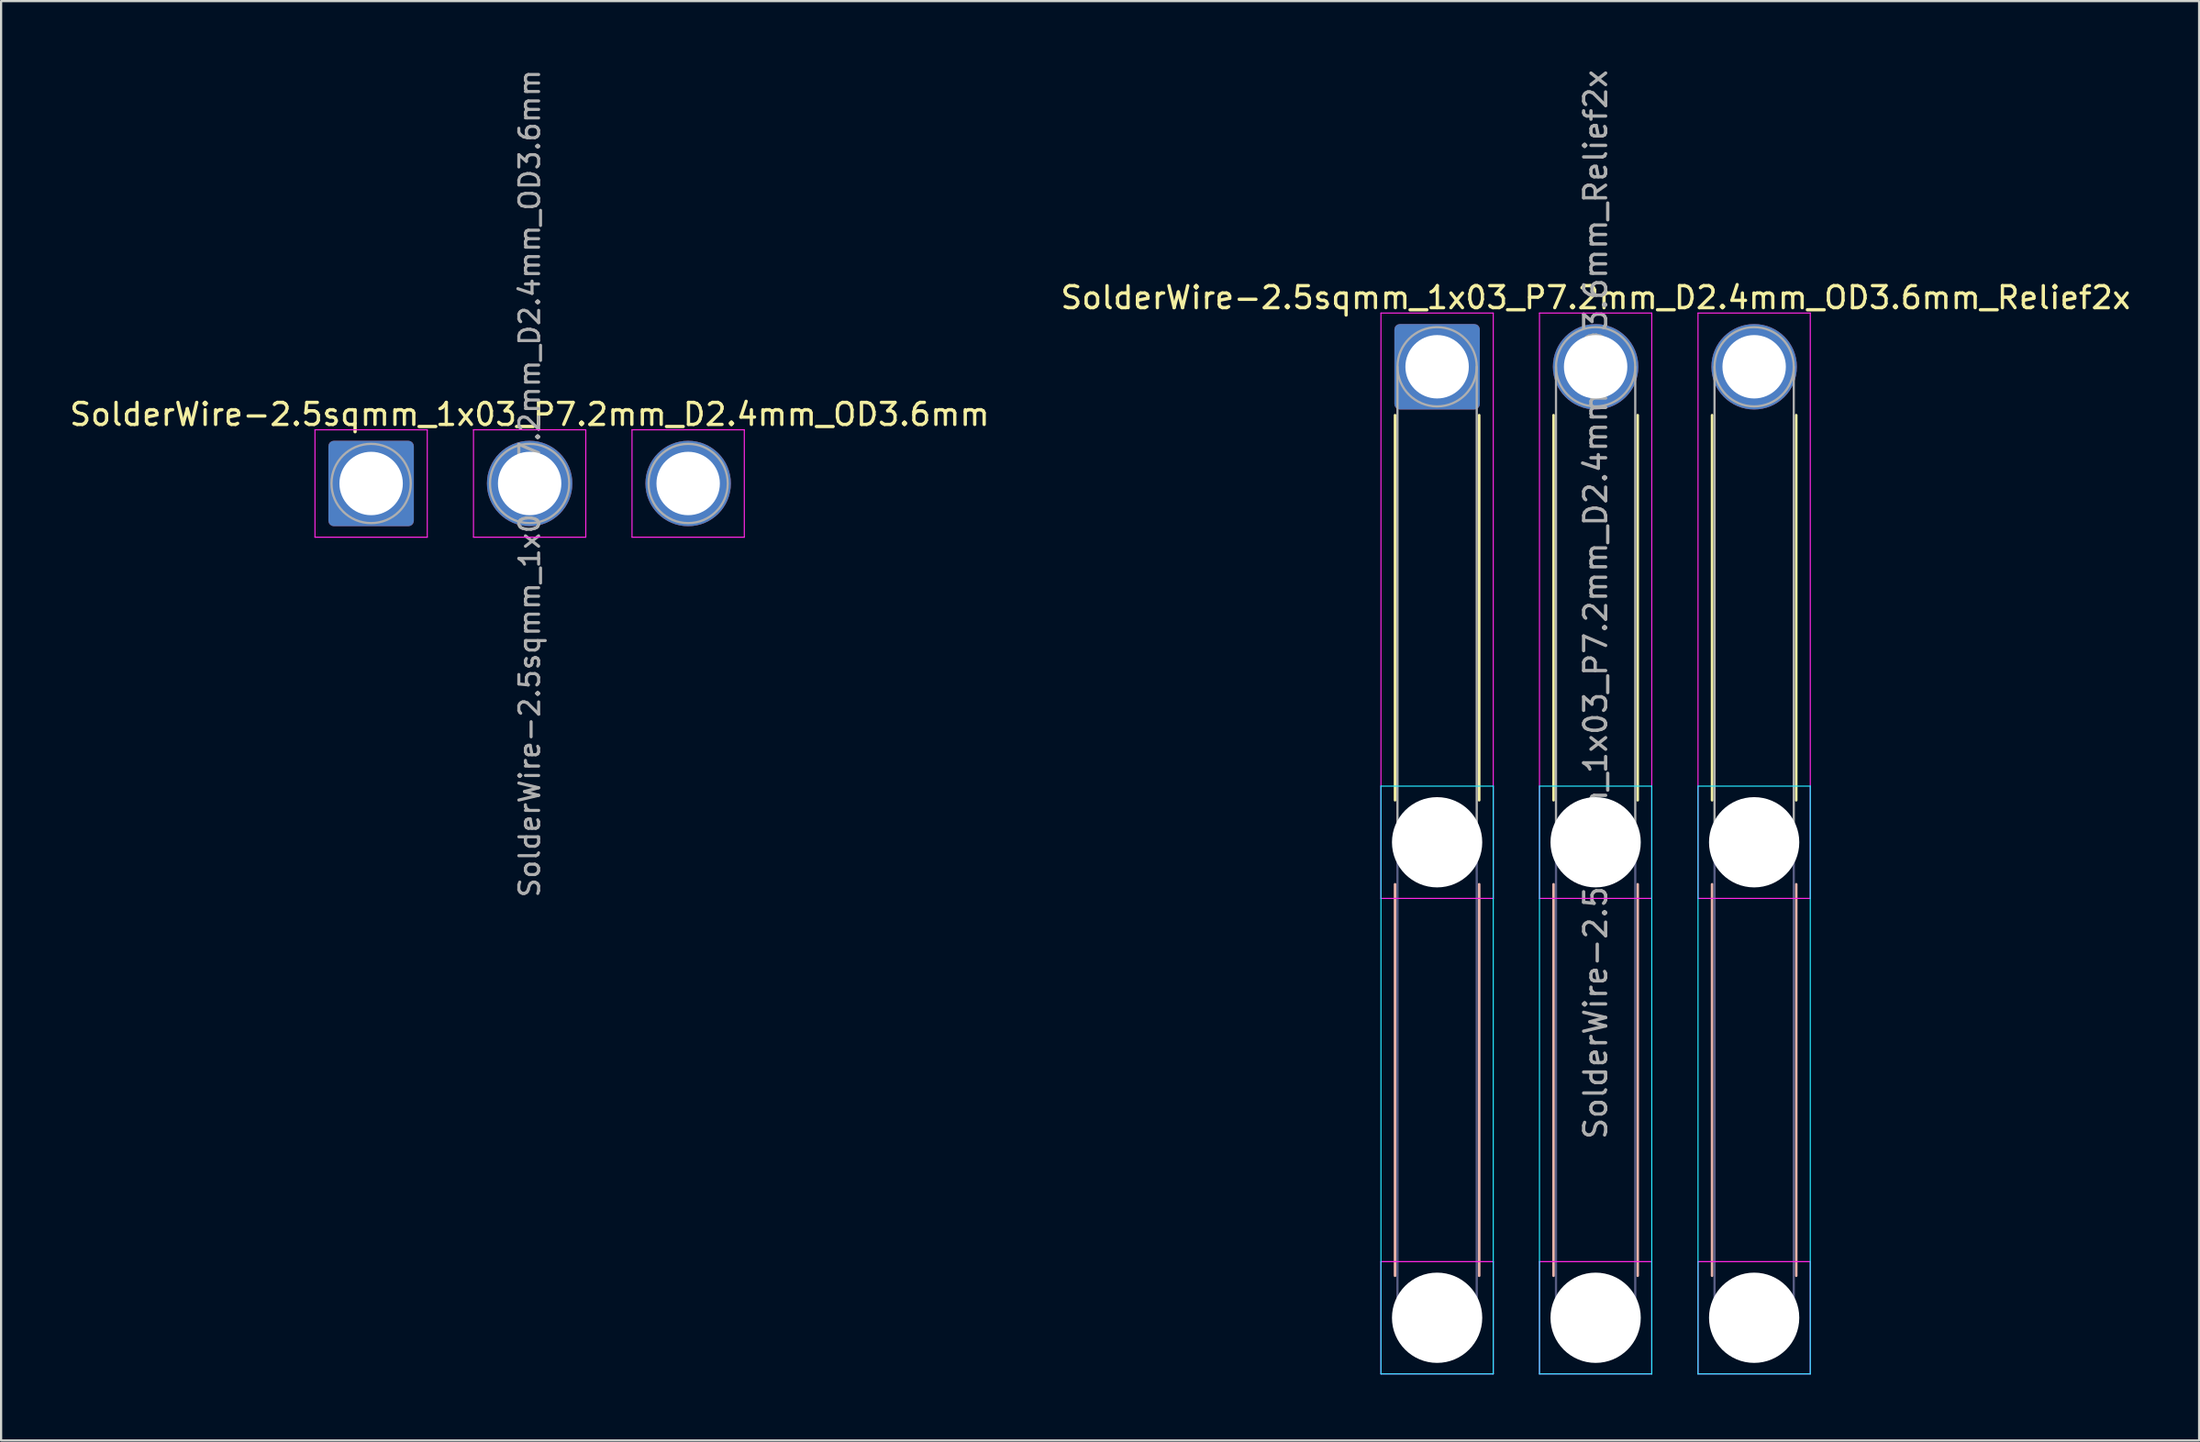
<source format=kicad_pcb>
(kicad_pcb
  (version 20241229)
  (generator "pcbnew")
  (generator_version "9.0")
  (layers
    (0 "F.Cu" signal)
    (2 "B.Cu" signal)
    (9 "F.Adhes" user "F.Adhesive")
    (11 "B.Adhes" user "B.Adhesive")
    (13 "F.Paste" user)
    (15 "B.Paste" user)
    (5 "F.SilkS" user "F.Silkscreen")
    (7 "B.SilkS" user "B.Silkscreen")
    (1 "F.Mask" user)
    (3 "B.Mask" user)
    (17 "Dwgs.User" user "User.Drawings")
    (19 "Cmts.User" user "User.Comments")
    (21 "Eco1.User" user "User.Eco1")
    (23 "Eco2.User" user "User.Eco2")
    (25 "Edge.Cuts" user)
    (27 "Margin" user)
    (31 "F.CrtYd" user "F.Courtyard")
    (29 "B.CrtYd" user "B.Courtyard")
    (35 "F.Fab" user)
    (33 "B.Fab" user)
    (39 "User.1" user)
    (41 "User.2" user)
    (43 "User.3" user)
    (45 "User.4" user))
  (footprint "SolderWire-2.5sqmm_1x03_P7.2mm_D2.4mm_OD3.6mm_Relief2x"
    (layer "F.Cu")
    (at 62.223 13.611)
    (property "Reference" "SolderWire-2.5sqmm_1x03_P7.2mm_D2.4mm_OD3.6mm_Relief2x" (at 7.2 -3.14 0) (layer "F.SilkS") (effects (font (size 1 1) (thickness 0.15))))
    (attr exclude_from_pos_files exclude_from_bom)
    (fp_line (start -1.91 2.2) (end -1.91 19.69) (stroke (width 0.12) (type solid)) (layer "F.SilkS"))
    (fp_line (start 1.91 2.2) (end 1.91 19.69) (stroke (width 0.12) (type solid)) (layer "F.SilkS"))
    (fp_line (start 5.29 2.2) (end 5.29 19.69) (stroke (width 0.12) (type solid)) (layer "F.SilkS"))
    (fp_line (start 9.11 2.2) (end 9.11 19.69) (stroke (width 0.12) (type solid)) (layer "F.SilkS"))
    (fp_line (start 12.49 2.2) (end 12.49 19.69) (stroke (width 0.12) (type solid)) (layer "F.SilkS"))
    (fp_line (start 16.31 2.2) (end 16.31 19.69) (stroke (width 0.12) (type solid)) (layer "F.SilkS"))
    (fp_line (start -1.91 23.51) (end -1.91 41.29) (stroke (width 0.12) (type solid)) (layer "B.SilkS"))
    (fp_line (start 1.91 23.51) (end 1.91 41.29) (stroke (width 0.12) (type solid)) (layer "B.SilkS"))
    (fp_line (start 5.29 23.51) (end 5.29 41.29) (stroke (width 0.12) (type solid)) (layer "B.SilkS"))
    (fp_line (start 9.11 23.51) (end 9.11 41.29) (stroke (width 0.12) (type solid)) (layer "B.SilkS"))
    (fp_line (start 12.49 23.51) (end 12.49 41.29) (stroke (width 0.12) (type solid)) (layer "B.SilkS"))
    (fp_line (start 16.31 23.51) (end 16.31 41.29) (stroke (width 0.12) (type solid)) (layer "B.SilkS"))
    (fp_line (start -2.55 19.05) (end -2.55 45.75) (stroke (width 0.05) (type solid)) (layer "B.CrtYd"))
    (fp_line (start -2.55 45.75) (end 2.55 45.75) (stroke (width 0.05) (type solid)) (layer "B.CrtYd"))
    (fp_line (start 2.55 19.05) (end -2.55 19.05) (stroke (width 0.05) (type solid)) (layer "B.CrtYd"))
    (fp_line (start 2.55 45.75) (end 2.55 19.05) (stroke (width 0.05) (type solid)) (layer "B.CrtYd"))
    (fp_line (start 4.65 19.05) (end 4.65 45.75) (stroke (width 0.05) (type solid)) (layer "B.CrtYd"))
    (fp_line (start 4.65 45.75) (end 9.75 45.75) (stroke (width 0.05) (type solid)) (layer "B.CrtYd"))
    (fp_line (start 9.75 19.05) (end 4.65 19.05) (stroke (width 0.05) (type solid)) (layer "B.CrtYd"))
    (fp_line (start 9.75 45.75) (end 9.75 19.05) (stroke (width 0.05) (type solid)) (layer "B.CrtYd"))
    (fp_line (start 11.85 19.05) (end 11.85 45.75) (stroke (width 0.05) (type solid)) (layer "B.CrtYd"))
    (fp_line (start 11.85 45.75) (end 16.95 45.75) (stroke (width 0.05) (type solid)) (layer "B.CrtYd"))
    (fp_line (start 16.95 19.05) (end 11.85 19.05) (stroke (width 0.05) (type solid)) (layer "B.CrtYd"))
    (fp_line (start 16.95 45.75) (end 16.95 19.05) (stroke (width 0.05) (type solid)) (layer "B.CrtYd"))
    (fp_line (start -2.55 -2.44) (end -2.55 24.15) (stroke (width 0.05) (type solid)) (layer "F.CrtYd"))
    (fp_line (start -2.55 24.15) (end 2.55 24.15) (stroke (width 0.05) (type solid)) (layer "F.CrtYd"))
    (fp_line (start -2.55 40.65) (end -2.55 45.75) (stroke (width 0.05) (type solid)) (layer "F.CrtYd"))
    (fp_line (start -2.55 45.75) (end 2.55 45.75) (stroke (width 0.05) (type solid)) (layer "F.CrtYd"))
    (fp_line (start 2.55 -2.44) (end -2.55 -2.44) (stroke (width 0.05) (type solid)) (layer "F.CrtYd"))
    (fp_line (start 2.55 24.15) (end 2.55 -2.44) (stroke (width 0.05) (type solid)) (layer "F.CrtYd"))
    (fp_line (start 2.55 40.65) (end -2.55 40.65) (stroke (width 0.05) (type solid)) (layer "F.CrtYd"))
    (fp_line (start 2.55 45.75) (end 2.55 40.65) (stroke (width 0.05) (type solid)) (layer "F.CrtYd"))
    (fp_line (start 4.65 -2.44) (end 4.65 24.15) (stroke (width 0.05) (type solid)) (layer "F.CrtYd"))
    (fp_line (start 4.65 24.15) (end 9.75 24.15) (stroke (width 0.05) (type solid)) (layer "F.CrtYd"))
    (fp_line (start 4.65 40.65) (end 4.65 45.75) (stroke (width 0.05) (type solid)) (layer "F.CrtYd"))
    (fp_line (start 4.65 45.75) (end 9.75 45.75) (stroke (width 0.05) (type solid)) (layer "F.CrtYd"))
    (fp_line (start 9.75 -2.44) (end 4.65 -2.44) (stroke (width 0.05) (type solid)) (layer "F.CrtYd"))
    (fp_line (start 9.75 24.15) (end 9.75 -2.44) (stroke (width 0.05) (type solid)) (layer "F.CrtYd"))
    (fp_line (start 9.75 40.65) (end 4.65 40.65) (stroke (width 0.05) (type solid)) (layer "F.CrtYd"))
    (fp_line (start 9.75 45.75) (end 9.75 40.65) (stroke (width 0.05) (type solid)) (layer "F.CrtYd"))
    (fp_line (start 11.85 -2.44) (end 11.85 24.15) (stroke (width 0.05) (type solid)) (layer "F.CrtYd"))
    (fp_line (start 11.85 24.15) (end 16.95 24.15) (stroke (width 0.05) (type solid)) (layer "F.CrtYd"))
    (fp_line (start 11.85 40.65) (end 11.85 45.75) (stroke (width 0.05) (type solid)) (layer "F.CrtYd"))
    (fp_line (start 11.85 45.75) (end 16.95 45.75) (stroke (width 0.05) (type solid)) (layer "F.CrtYd"))
    (fp_line (start 16.95 -2.44) (end 11.85 -2.44) (stroke (width 0.05) (type solid)) (layer "F.CrtYd"))
    (fp_line (start 16.95 24.15) (end 16.95 -2.44) (stroke (width 0.05) (type solid)) (layer "F.CrtYd"))
    (fp_line (start 16.95 40.65) (end 11.85 40.65) (stroke (width 0.05) (type solid)) (layer "F.CrtYd"))
    (fp_line (start 16.95 45.75) (end 16.95 40.65) (stroke (width 0.05) (type solid)) (layer "F.CrtYd"))
    (fp_line (start -1.8 21.6) (end -1.8 43.2) (stroke (width 0.1) (type solid)) (layer "B.Fab"))
    (fp_line (start 1.8 21.6) (end 1.8 43.2) (stroke (width 0.1) (type solid)) (layer "B.Fab"))
    (fp_line (start 5.4 21.6) (end 5.4 43.2) (stroke (width 0.1) (type solid)) (layer "B.Fab"))
    (fp_line (start 9 21.6) (end 9 43.2) (stroke (width 0.1) (type solid)) (layer "B.Fab"))
    (fp_line (start 12.6 21.6) (end 12.6 43.2) (stroke (width 0.1) (type solid)) (layer "B.Fab"))
    (fp_line (start 16.2 21.6) (end 16.2 43.2) (stroke (width 0.1) (type solid)) (layer "B.Fab"))
    (fp_circle (center 0 21.6) (end 1.8 21.6) (stroke (width 0.1) (type solid)) (fill no) (layer "B.Fab"))
    (fp_circle (center 0 43.2) (end 1.8 43.2) (stroke (width 0.1) (type solid)) (fill no) (layer "B.Fab"))
    (fp_circle (center 7.2 21.6) (end 9 21.6) (stroke (width 0.1) (type solid)) (fill no) (layer "B.Fab"))
    (fp_circle (center 7.2 43.2) (end 9 43.2) (stroke (width 0.1) (type solid)) (fill no) (layer "B.Fab"))
    (fp_circle (center 14.4 21.6) (end 16.2 21.6) (stroke (width 0.1) (type solid)) (fill no) (layer "B.Fab"))
    (fp_circle (center 14.4 43.2) (end 16.2 43.2) (stroke (width 0.1) (type solid)) (fill no) (layer "B.Fab"))
    (fp_line (start -1.8 0) (end -1.8 21.6) (stroke (width 0.1) (type solid)) (layer "F.Fab"))
    (fp_line (start 1.8 0) (end 1.8 21.6) (stroke (width 0.1) (type solid)) (layer "F.Fab"))
    (fp_line (start 5.4 0) (end 5.4 21.6) (stroke (width 0.1) (type solid)) (layer "F.Fab"))
    (fp_line (start 9 0) (end 9 21.6) (stroke (width 0.1) (type solid)) (layer "F.Fab"))
    (fp_line (start 12.6 0) (end 12.6 21.6) (stroke (width 0.1) (type solid)) (layer "F.Fab"))
    (fp_line (start 16.2 0) (end 16.2 21.6) (stroke (width 0.1) (type solid)) (layer "F.Fab"))
    (fp_circle (center 0 0) (end 1.8 0) (stroke (width 0.1) (type solid)) (fill no) (layer "F.Fab"))
    (fp_circle (center 0 21.6) (end 1.8 21.6) (stroke (width 0.1) (type solid)) (fill no) (layer "F.Fab"))
    (fp_circle (center 0 43.2) (end 1.8 43.2) (stroke (width 0.1) (type solid)) (fill no) (layer "F.Fab"))
    (fp_circle (center 7.2 0) (end 9 0) (stroke (width 0.1) (type solid)) (fill no) (layer "F.Fab"))
    (fp_circle (center 7.2 21.6) (end 9 21.6) (stroke (width 0.1) (type solid)) (fill no) (layer "F.Fab"))
    (fp_circle (center 7.2 43.2) (end 9 43.2) (stroke (width 0.1) (type solid)) (fill no) (layer "F.Fab"))
    (fp_circle (center 14.4 0) (end 16.2 0) (stroke (width 0.1) (type solid)) (fill no) (layer "F.Fab"))
    (fp_circle (center 14.4 21.6) (end 16.2 21.6) (stroke (width 0.1) (type solid)) (fill no) (layer "F.Fab"))
    (fp_circle (center 14.4 43.2) (end 16.2 43.2) (stroke (width 0.1) (type solid)) (fill no) (layer "F.Fab"))
    (fp_text user "${REFERENCE}" (at 7.2 10.8 90) (layer "F.Fab") (effects (font (size 1 1) (thickness 0.15))))
    (pad "" np_thru_hole circle (at 0 21.6) (size 4.1 4.1) (drill 4.1) (layers "*.Cu" "*.Mask"))
    (pad "" np_thru_hole circle (at 0 43.2) (size 4.1 4.1) (drill 4.1) (layers "*.Cu" "*.Mask"))
    (pad "" np_thru_hole circle (at 7.2 21.6) (size 4.1 4.1) (drill 4.1) (layers "*.Cu" "*.Mask"))
    (pad "" np_thru_hole circle (at 7.2 43.2) (size 4.1 4.1) (drill 4.1) (layers "*.Cu" "*.Mask"))
    (pad "" np_thru_hole circle (at 14.4 21.6) (size 4.1 4.1) (drill 4.1) (layers "*.Cu" "*.Mask"))
    (pad "" np_thru_hole circle (at 14.4 43.2) (size 4.1 4.1) (drill 4.1) (layers "*.Cu" "*.Mask"))
    (pad "1" thru_hole roundrect (at 0 0) (size 3.88 3.88) (drill 2.88) (layers "*.Cu" "*.Mask") (roundrect_rratio 0.064))
    (pad "2" thru_hole circle (at 7.2 0) (size 3.88 3.88) (drill 2.88) (layers "*.Cu" "*.Mask"))
    (pad "3" thru_hole circle (at 14.4 0) (size 3.88 3.88) (drill 2.88) (layers "*.Cu" "*.Mask")))
  (footprint "SolderWire-2.5sqmm_1x03_P7.2mm_D2.4mm_OD3.6mm"
    (layer "F.Cu")
    (at 13.806 18.913)
    (property "Reference" "SolderWire-2.5sqmm_1x03_P7.2mm_D2.4mm_OD3.6mm" (at 7.2 -3.14 0) (layer "F.SilkS") (effects (font (size 1 1) (thickness 0.15))))
    (attr exclude_from_pos_files exclude_from_bom)
    (fp_line (start -2.55 -2.44) (end -2.55 2.44) (stroke (width 0.05) (type solid)) (layer "F.CrtYd"))
    (fp_line (start -2.55 2.44) (end 2.55 2.44) (stroke (width 0.05) (type solid)) (layer "F.CrtYd"))
    (fp_line (start 2.55 -2.44) (end -2.55 -2.44) (stroke (width 0.05) (type solid)) (layer "F.CrtYd"))
    (fp_line (start 2.55 2.44) (end 2.55 -2.44) (stroke (width 0.05) (type solid)) (layer "F.CrtYd"))
    (fp_line (start 4.65 -2.44) (end 4.65 2.44) (stroke (width 0.05) (type solid)) (layer "F.CrtYd"))
    (fp_line (start 4.65 2.44) (end 9.75 2.44) (stroke (width 0.05) (type solid)) (layer "F.CrtYd"))
    (fp_line (start 9.75 -2.44) (end 4.65 -2.44) (stroke (width 0.05) (type solid)) (layer "F.CrtYd"))
    (fp_line (start 9.75 2.44) (end 9.75 -2.44) (stroke (width 0.05) (type solid)) (layer "F.CrtYd"))
    (fp_line (start 11.85 -2.44) (end 11.85 2.44) (stroke (width 0.05) (type solid)) (layer "F.CrtYd"))
    (fp_line (start 11.85 2.44) (end 16.95 2.44) (stroke (width 0.05) (type solid)) (layer "F.CrtYd"))
    (fp_line (start 16.95 -2.44) (end 11.85 -2.44) (stroke (width 0.05) (type solid)) (layer "F.CrtYd"))
    (fp_line (start 16.95 2.44) (end 16.95 -2.44) (stroke (width 0.05) (type solid)) (layer "F.CrtYd"))
    (fp_circle (center 0 0) (end 1.8 0) (stroke (width 0.1) (type solid)) (fill no) (layer "F.Fab"))
    (fp_circle (center 7.2 0) (end 9 0) (stroke (width 0.1) (type solid)) (fill no) (layer "F.Fab"))
    (fp_circle (center 14.4 0) (end 16.2 0) (stroke (width 0.1) (type solid)) (fill no) (layer "F.Fab"))
    (fp_text user "${REFERENCE}" (at 7.2 0 90) (layer "F.Fab") (effects (font (size 0.9 0.9) (thickness 0.14))))
    (pad "1" thru_hole roundrect (at 0 0) (size 3.88 3.88) (drill 2.88) (layers "*.Cu" "*.Mask") (roundrect_rratio 0.064))
    (pad "2" thru_hole circle (at 7.2 0) (size 3.88 3.88) (drill 2.88) (layers "*.Cu" "*.Mask"))
    (pad "3" thru_hole circle (at 14.4 0) (size 3.88 3.88) (drill 2.88) (layers "*.Cu" "*.Mask")))
  (gr_rect
    (start -3 -3)
    (end 96.833 62.386)
    (stroke (width 0.1) (type default))
    (fill no)
    (layer "Edge.Cuts")))
</source>
